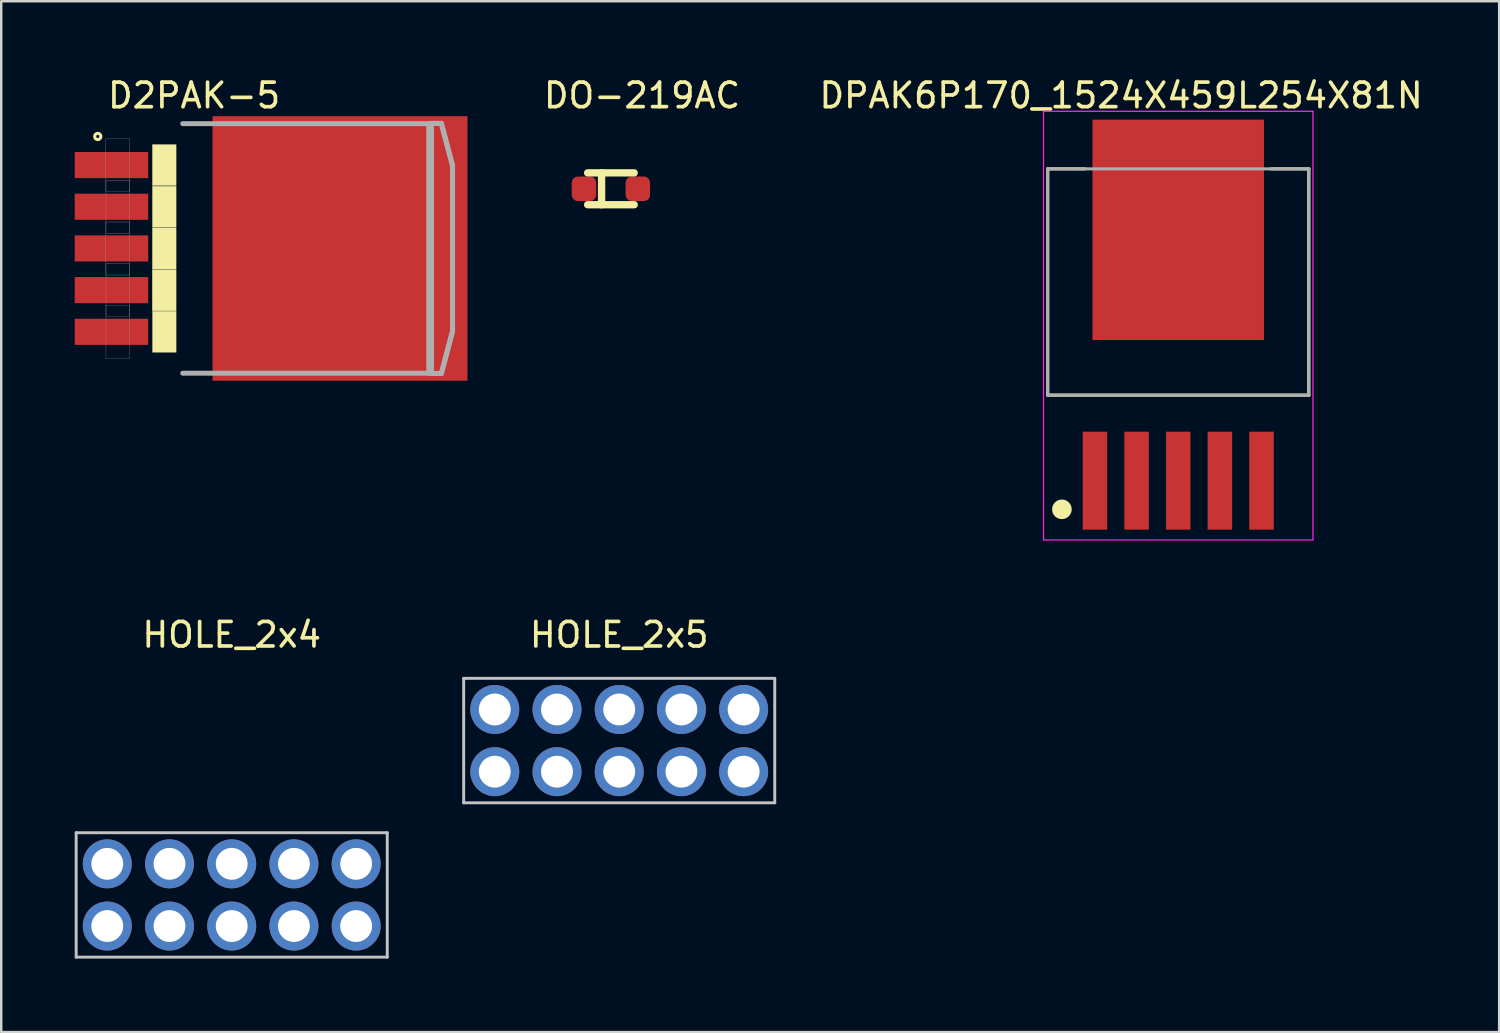
<source format=kicad_pcb>
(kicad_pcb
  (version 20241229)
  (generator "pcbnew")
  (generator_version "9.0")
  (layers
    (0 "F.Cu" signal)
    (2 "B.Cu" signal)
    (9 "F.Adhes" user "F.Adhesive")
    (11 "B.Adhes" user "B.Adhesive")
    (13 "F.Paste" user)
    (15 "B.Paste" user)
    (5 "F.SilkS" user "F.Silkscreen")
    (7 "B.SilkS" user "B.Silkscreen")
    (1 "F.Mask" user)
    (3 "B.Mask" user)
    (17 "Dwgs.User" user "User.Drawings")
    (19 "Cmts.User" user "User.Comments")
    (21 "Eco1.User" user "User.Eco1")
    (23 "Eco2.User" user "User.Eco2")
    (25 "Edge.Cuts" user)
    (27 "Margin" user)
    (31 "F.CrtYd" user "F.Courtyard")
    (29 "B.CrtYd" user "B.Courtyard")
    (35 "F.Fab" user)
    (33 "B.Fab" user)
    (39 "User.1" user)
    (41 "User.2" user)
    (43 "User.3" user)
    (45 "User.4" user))
  (footprint "HOLE_2x4"
    (layer "F.Cu")
    (at 6.41 33.487)
    (property "Reference" "HOLE_2x4" (at 0 -10.62 0) (unlocked yes) (layer "F.SilkS") (effects (font (size 1 1) (thickness 0.15))))
    (attr smd)
    (fp_line (start -6.35 -2.54) (end 6.35 -2.54) (stroke (width 0.12) (type default)) (layer "Dwgs.User"))
    (fp_line (start -6.35 2.54) (end -6.35 -2.54) (stroke (width 0.12) (type default)) (layer "Dwgs.User"))
    (fp_line (start 6.35 -2.54) (end 6.35 2.54) (stroke (width 0.12) (type default)) (layer "Dwgs.User"))
    (fp_line (start 6.35 2.54) (end -6.35 2.54) (stroke (width 0.12) (type default)) (layer "Dwgs.User"))
    (pad "1" thru_hole circle (at -5.08 -1.27) (size 2 2) (drill 1.3) (layers "*.Cu" "*.Mask"))
    (pad "1" thru_hole circle (at -5.08 1.27) (size 2 2) (drill 1.3) (layers "*.Cu" "*.Mask"))
    (pad "1" thru_hole circle (at -2.54 -1.27) (size 2 2) (drill 1.3) (layers "*.Cu" "*.Mask"))
    (pad "1" thru_hole circle (at -2.54 1.27) (size 2 2) (drill 1.3) (layers "*.Cu" "*.Mask"))
    (pad "1" thru_hole circle (at 0 -1.27) (size 2 2) (drill 1.3) (layers "*.Cu" "*.Mask"))
    (pad "1" thru_hole circle (at 0 1.27) (size 2 2) (drill 1.3) (layers "*.Cu" "*.Mask"))
    (pad "1" thru_hole circle (at 2.54 -1.27) (size 2 2) (drill 1.3) (layers "*.Cu" "*.Mask"))
    (pad "1" thru_hole circle (at 2.54 1.27) (size 2 2) (drill 1.3) (layers "*.Cu" "*.Mask"))
    (pad "1" thru_hole circle (at 5.08 -1.27) (size 2 2) (drill 1.3) (layers "*.Cu" "*.Mask"))
    (pad "1" thru_hole circle (at 5.08 1.27) (size 2 2) (drill 1.3) (layers "*.Cu" "*.Mask")))
  (footprint "HOLE_2x5"
    (layer "F.Cu")
    (at 22.23 27.185)
    (property "Reference" "HOLE_2x5" (at 0 -4.318 0) (unlocked yes) (layer "F.SilkS") (effects (font (size 1 1) (thickness 0.15))))
    (attr through_hole)
    (fp_line (start -6.35 -2.54) (end 6.35 -2.54) (stroke (width 0.12) (type default)) (layer "Dwgs.User"))
    (fp_line (start -6.35 2.54) (end -6.35 -2.54) (stroke (width 0.12) (type default)) (layer "Dwgs.User"))
    (fp_line (start 6.35 -2.54) (end 6.35 2.54) (stroke (width 0.12) (type default)) (layer "Dwgs.User"))
    (fp_line (start 6.35 2.54) (end -6.35 2.54) (stroke (width 0.12) (type default)) (layer "Dwgs.User"))
    (pad "1" thru_hole circle (at -5.08 1.27) (size 2 2) (drill 1.3) (layers "*.Cu" "*.Mask"))
    (pad "2" thru_hole circle (at -5.08 -1.27) (size 2 2) (drill 1.3) (layers "*.Cu" "*.Mask"))
    (pad "3" thru_hole circle (at -2.54 1.27) (size 2 2) (drill 1.3) (layers "*.Cu" "*.Mask"))
    (pad "4" thru_hole circle (at -2.54 -1.27) (size 2 2) (drill 1.3) (layers "*.Cu" "*.Mask"))
    (pad "5" thru_hole circle (at 0 1.27) (size 2 2) (drill 1.3) (layers "*.Cu" "*.Mask"))
    (pad "6" thru_hole circle (at 0 -1.27) (size 2 2) (drill 1.3) (layers "*.Cu" "*.Mask"))
    (pad "7" thru_hole circle (at 2.54 1.27) (size 2 2) (drill 1.3) (layers "*.Cu" "*.Mask"))
    (pad "8" thru_hole circle (at 2.54 -1.27) (size 2 2) (drill 1.3) (layers "*.Cu" "*.Mask"))
    (pad "9" thru_hole circle (at 5.08 1.27) (size 2 2) (drill 1.3) (layers "*.Cu" "*.Mask"))
    (pad "10" thru_hole circle (at 5.08 -1.27) (size 2 2) (drill 1.3) (layers "*.Cu" "*.Mask")))
  (footprint "DPAK6P170_1524X459L254X81N"
    (layer "F.Cu")
    (at 45.053 10.244)
    (property "Reference" "DPAK6P170_1524X459L254X81N" (at -2.332 -9.396 0) (layer "F.SilkS") (effects (font (size 1 1) (thickness 0.15))))
    (attr through_hole)
    (fp_line (start -5.33 -6.4) (end -5.33 2.84) (stroke (width 0.127) (type solid)) (layer "F.SilkS"))
    (fp_line (start -5.33 2.84) (end 5.33 2.84) (stroke (width 0.127) (type solid)) (layer "F.SilkS"))
    (fp_line (start -3.8 -6.4) (end -5.33 -6.4) (stroke (width 0.127) (type solid)) (layer "F.SilkS"))
    (fp_line (start 5.33 -6.4) (end 3.8 -6.4) (stroke (width 0.127) (type solid)) (layer "F.SilkS"))
    (fp_line (start 5.33 2.84) (end 5.33 -6.4) (stroke (width 0.127) (type solid)) (layer "F.SilkS"))
    (fp_circle (center -4.75 7.5) (end -4.55 7.5) (stroke (width 0.4) (type solid)) (fill no) (layer "F.SilkS"))
    (fp_line (start -5.5 -8.75) (end 5.5 -8.75) (stroke (width 0.05) (type solid)) (layer "F.CrtYd"))
    (fp_line (start -5.5 8.75) (end -5.5 -8.75) (stroke (width 0.05) (type solid)) (layer "F.CrtYd"))
    (fp_line (start 5.5 -8.75) (end 5.5 8.75) (stroke (width 0.05) (type solid)) (layer "F.CrtYd"))
    (fp_line (start 5.5 8.75) (end -5.5 8.75) (stroke (width 0.05) (type solid)) (layer "F.CrtYd"))
    (fp_line (start -5.33 -6.4) (end 5.33 -6.4) (stroke (width 0.127) (type solid)) (layer "F.Fab"))
    (fp_line (start -5.33 2.84) (end -5.33 -6.4) (stroke (width 0.127) (type solid)) (layer "F.Fab"))
    (fp_line (start 5.33 -6.4) (end 5.33 2.84) (stroke (width 0.127) (type solid)) (layer "F.Fab"))
    (fp_line (start 5.33 2.84) (end -5.33 2.84) (stroke (width 0.127) (type solid)) (layer "F.Fab"))
    (pad "1" smd rect (at -3.4 6.33 90) (size 4 1) (layers "F.Cu" "F.Mask" "F.Paste"))
    (pad "2" smd rect (at -1.7 6.33 90) (size 4 1) (layers "F.Cu" "F.Mask" "F.Paste"))
    (pad "3" smd rect (at 0 6.33 90) (size 4 1) (layers "F.Cu" "F.Mask" "F.Paste"))
    (pad "4" smd rect (at 1.7 6.33 90) (size 4 1) (layers "F.Cu" "F.Mask" "F.Paste"))
    (pad "5" smd rect (at 3.4 6.33 90) (size 4 1) (layers "F.Cu" "F.Mask" "F.Paste"))
    (pad "6" smd rect (at 0 -3.91) (size 7 9) (layers "F.Cu" "F.Mask" "F.Paste")))
  (footprint "DO-219AC"
    (layer "F.Cu")
    (at 21.891 4.658)
    (property "Reference" "DO-219AC" (at 1.27 -3.81 0) (unlocked yes) (layer "F.SilkS") (effects (font (size 1 1) (thickness 0.15))))
    (attr smd)
    (fp_line (start -0.95 -0.65) (end 0.95 -0.65) (stroke (width 0.3) (type default)) (layer "F.SilkS"))
    (fp_line (start -0.95 0.65) (end 0.95 0.65) (stroke (width 0.3) (type default)) (layer "F.SilkS"))
    (fp_line (start -0.381 0.65) (end -0.381 -0.65) (stroke (width 0.3) (type default)) (layer "F.SilkS"))
    (pad "1" smd roundrect (at -1.1 0) (size 1 1) (layers "F.Cu" "F.Mask" "F.Paste") (roundrect_rratio 0.25))
    (pad "2" smd roundrect (at 1.1 0) (size 1 1) (layers "F.Cu" "F.Mask" "F.Paste") (roundrect_rratio 0.25)))
  (footprint "D2PAK-5"
    (layer "F.Cu")
    (at 6.021 7.093)
    (property "Reference" "D2PAK-5" (at -1.147 -6.243 0) (layer "F.SilkS") (effects (font (size 1.003 1.003) (thickness 0.15))))
    (attr through_hole)
    (fp_circle (center -5.08 -4.572) (end -4.953 -4.572) (stroke (width 0.127) (type solid)) (fill no) (layer "F.SilkS"))
    (fp_poly (pts (xy -2.854 0.864) (xy -1.88 0.864) (xy -1.88 2.548) (xy -2.854 2.548)) (stroke (width 0.01) (type solid)) (fill yes) (layer "F.SilkS"))
    (fp_poly (pts (xy -2.85 -0.838) (xy -1.88 -0.838) (xy -1.88 0.84) (xy -2.85 0.84)) (stroke (width 0.01) (type solid)) (fill yes) (layer "F.SilkS"))
    (fp_poly (pts (xy -2.849 -2.54) (xy -1.88 -2.54) (xy -1.88 -0.865) (xy -2.849 -0.865)) (stroke (width 0.01) (type solid)) (fill yes) (layer "F.SilkS"))
    (fp_poly (pts (xy -2.849 -4.242) (xy -1.88 -4.242) (xy -1.88 -2.569) (xy -2.849 -2.569)) (stroke (width 0.01) (type solid)) (fill yes) (layer "F.SilkS"))
    (fp_poly (pts (xy -2.846 2.565) (xy -1.88 2.565) (xy -1.88 4.243) (xy -2.846 4.243)) (stroke (width 0.01) (type solid)) (fill yes) (layer "F.SilkS"))
    (fp_line (start -1.61 -5.094) (end 8.435 -5.094) (stroke (width 0.203) (type solid)) (layer "F.Fab"))
    (fp_line (start 8.435 -5.094) (end 8.435 5.094) (stroke (width 0.203) (type solid)) (layer "F.Fab"))
    (fp_line (start 8.435 5.094) (end -1.61 5.094) (stroke (width 0.203) (type solid)) (layer "F.Fab"))
    (fp_line (start 8.537 -5.105) (end 8.948 -5.105) (stroke (width 0.203) (type solid)) (layer "F.Fab"))
    (fp_line (start 8.537 5.105) (end 8.537 -5.105) (stroke (width 0.203) (type solid)) (layer "F.Fab"))
    (fp_line (start 8.948 -5.105) (end 9.405 -3.378) (stroke (width 0.203) (type solid)) (layer "F.Fab"))
    (fp_line (start 8.948 5.105) (end 8.537 5.105) (stroke (width 0.203) (type solid)) (layer "F.Fab"))
    (fp_line (start 9.405 -3.378) (end 9.405 3.378) (stroke (width 0.203) (type solid)) (layer "F.Fab"))
    (fp_line (start 9.405 3.378) (end 8.948 5.105) (stroke (width 0.203) (type solid)) (layer "F.Fab"))
    (fp_poly (pts (xy -4.755 -1.079) (xy -3.772 -1.079) (xy -3.772 1.084) (xy -4.755 1.084)) (stroke (width 0.01) (type solid)) (fill no) (layer "F.Fab"))
    (fp_poly (pts (xy -4.749 -4.483) (xy -3.772 -4.483) (xy -3.772 -2.33) (xy -4.749 -2.33)) (stroke (width 0.01) (type solid)) (fill no) (layer "F.Fab"))
    (fp_poly (pts (xy -4.745 2.324) (xy -3.772 2.324) (xy -3.772 4.49) (xy -4.745 4.49)) (stroke (width 0.01) (type solid)) (fill no) (layer "F.Fab"))
    (fp_poly (pts (xy -4.744 -2.781) (xy -3.772 -2.781) (xy -3.772 -0.623) (xy -4.744 -0.623)) (stroke (width 0.01) (type solid)) (fill no) (layer "F.Fab"))
    (fp_poly (pts (xy -4.742 0.622) (xy -3.772 0.622) (xy -3.772 2.784) (xy -4.742 2.784)) (stroke (width 0.01) (type solid)) (fill no) (layer "F.Fab"))
    (fp_poly (pts (xy 8.537 -5.105) (xy 8.948 -5.105) (xy 9.405 -3.378) (xy 9.405 3.378) (xy 8.948 5.105) (xy 8.537 5.105)) (stroke (width 0.203) (type solid)) (fill no) (layer "F.Fab"))
    (pad "1" smd rect (at -4.521 -3.404 270) (size 1.067 3) (layers "F.Cu" "F.Mask" "F.Paste"))
    (pad "2" smd rect (at -4.521 -1.702 270) (size 1.067 3) (layers "F.Cu" "F.Mask" "F.Paste"))
    (pad "3" smd rect (at -4.521 0 270) (size 1.067 3) (layers "F.Cu" "F.Mask" "F.Paste"))
    (pad "4" smd rect (at -4.521 1.702 270) (size 1.067 3) (layers "F.Cu" "F.Mask" "F.Paste"))
    (pad "5" smd rect (at -4.521 3.404 270) (size 1.067 3) (layers "F.Cu" "F.Mask" "F.Paste"))
    (pad "6" smd rect (at 4.81 0 270) (size 10.8 10.41) (layers "F.Cu" "F.Mask" "F.Paste")))
  (gr_rect
    (start -3 -3)
    (end 58.155 39.087)
    (stroke (width 0.1) (type default))
    (fill no)
    (layer "Edge.Cuts")))
</source>
